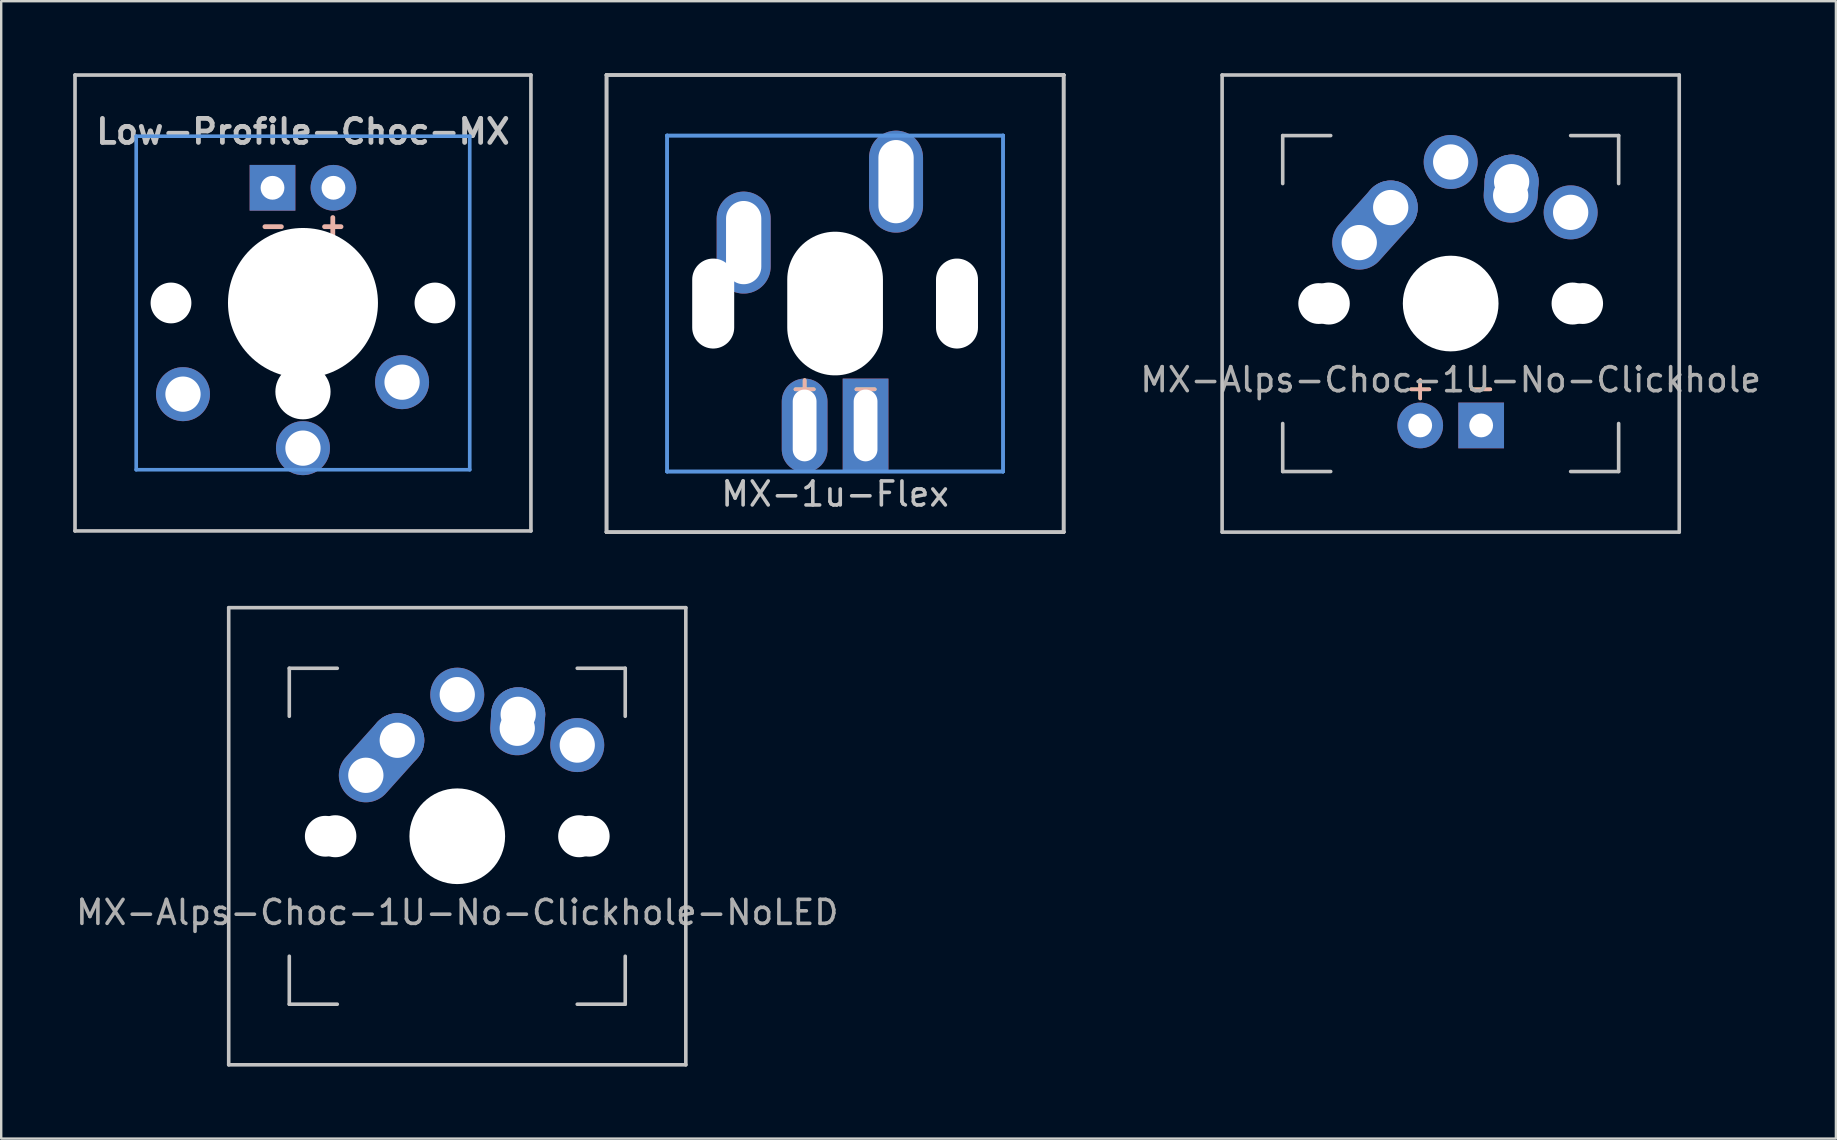
<source format=kicad_pcb>
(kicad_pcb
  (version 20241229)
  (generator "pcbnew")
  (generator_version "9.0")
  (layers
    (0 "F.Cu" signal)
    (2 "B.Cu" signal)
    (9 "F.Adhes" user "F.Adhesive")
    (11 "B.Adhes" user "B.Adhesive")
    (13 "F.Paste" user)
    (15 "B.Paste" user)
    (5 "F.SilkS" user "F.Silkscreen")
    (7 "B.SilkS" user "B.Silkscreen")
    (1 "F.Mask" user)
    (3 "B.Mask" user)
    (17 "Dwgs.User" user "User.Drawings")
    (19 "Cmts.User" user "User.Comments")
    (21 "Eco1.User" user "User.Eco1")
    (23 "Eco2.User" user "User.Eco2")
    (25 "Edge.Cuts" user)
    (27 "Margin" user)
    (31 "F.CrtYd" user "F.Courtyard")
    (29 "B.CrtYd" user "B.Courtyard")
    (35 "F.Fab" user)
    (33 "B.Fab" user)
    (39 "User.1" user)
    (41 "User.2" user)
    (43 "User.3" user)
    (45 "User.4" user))
  (footprint "MX-1u-Flex"
    (layer "F.Cu")
    (at 31.752 9.6)
    (property "Reference" "MX-1u-Flex" (at 0 7.938 0) (layer "Dwgs.User") (effects (font (size 1 1) (thickness 0.15))))
    (attr through_hole)
    (fp_line (start -9.525 -9.525) (end -9.525 -9.525) (stroke (width 0.15) (type solid)) (layer "Dwgs.User"))
    (fp_line (start -9.525 -9.525) (end -9.525 -9.525) (stroke (width 0.15) (type solid)) (layer "Dwgs.User"))
    (fp_line (start -9.525 -9.525) (end -9.525 9.525) (stroke (width 0.15) (type solid)) (layer "Dwgs.User"))
    (fp_line (start -9.525 -9.525) (end 9.525 -9.525) (stroke (width 0.15) (type solid)) (layer "Dwgs.User"))
    (fp_line (start -9.525 9.525) (end -9.525 -9.525) (stroke (width 0.15) (type solid)) (layer "Dwgs.User"))
    (fp_line (start -9.525 9.525) (end -9.525 9.525) (stroke (width 0.15) (type solid)) (layer "Dwgs.User"))
    (fp_line (start -9.525 9.525) (end -9.525 9.525) (stroke (width 0.15) (type solid)) (layer "Dwgs.User"))
    (fp_line (start -9.525 9.525) (end 9.525 9.525) (stroke (width 0.15) (type solid)) (layer "Dwgs.User"))
    (fp_line (start 9.525 -9.525) (end -9.525 -9.525) (stroke (width 0.15) (type solid)) (layer "Dwgs.User"))
    (fp_line (start 9.525 -9.525) (end 9.525 -9.525) (stroke (width 0.15) (type solid)) (layer "Dwgs.User"))
    (fp_line (start 9.525 -9.525) (end 9.525 -9.525) (stroke (width 0.15) (type solid)) (layer "Dwgs.User"))
    (fp_line (start 9.525 -9.525) (end 9.525 9.525) (stroke (width 0.15) (type solid)) (layer "Dwgs.User"))
    (fp_line (start 9.525 9.525) (end -9.525 9.525) (stroke (width 0.15) (type solid)) (layer "Dwgs.User"))
    (fp_line (start 9.525 9.525) (end 9.525 -9.525) (stroke (width 0.15) (type solid)) (layer "Dwgs.User"))
    (fp_line (start 9.525 9.525) (end 9.525 9.525) (stroke (width 0.15) (type solid)) (layer "Dwgs.User"))
    (fp_line (start 9.525 9.525) (end 9.525 9.525) (stroke (width 0.15) (type solid)) (layer "Dwgs.User"))
    (fp_line (start -7 -7) (end -7 -7) (stroke (width 0.15) (type solid)) (layer "Cmts.User"))
    (fp_line (start -7 -7) (end -7 -7) (stroke (width 0.15) (type solid)) (layer "Cmts.User"))
    (fp_line (start -7 -7) (end -7 7) (stroke (width 0.15) (type solid)) (layer "Cmts.User"))
    (fp_line (start -7 -7) (end 7 -7) (stroke (width 0.15) (type solid)) (layer "Cmts.User"))
    (fp_line (start -7 7) (end -7 -7) (stroke (width 0.15) (type solid)) (layer "Cmts.User"))
    (fp_line (start -7 7) (end -7 7) (stroke (width 0.15) (type solid)) (layer "Cmts.User"))
    (fp_line (start -7 7) (end -7 7) (stroke (width 0.15) (type solid)) (layer "Cmts.User"))
    (fp_line (start -7 7) (end 7 7) (stroke (width 0.15) (type solid)) (layer "Cmts.User"))
    (fp_line (start 7 -7) (end -7 -7) (stroke (width 0.15) (type solid)) (layer "Cmts.User"))
    (fp_line (start 7 -7) (end 7 -7) (stroke (width 0.15) (type solid)) (layer "Cmts.User"))
    (fp_line (start 7 -7) (end 7 -7) (stroke (width 0.15) (type solid)) (layer "Cmts.User"))
    (fp_line (start 7 -7) (end 7 7) (stroke (width 0.15) (type solid)) (layer "Cmts.User"))
    (fp_line (start 7 7) (end -7 7) (stroke (width 0.15) (type solid)) (layer "Cmts.User"))
    (fp_line (start 7 7) (end 7 -7) (stroke (width 0.15) (type solid)) (layer "Cmts.User"))
    (fp_line (start 7 7) (end 7 7) (stroke (width 0.15) (type solid)) (layer "Cmts.User"))
    (fp_line (start 7 7) (end 7 7) (stroke (width 0.15) (type solid)) (layer "Cmts.User"))
    (fp_text user "+" (at -1.27 3.5 0) (layer "F.SilkS") (effects (font (size 1 1) (thickness 0.15))))
    (fp_text user "-" (at 1.27 3.5 0) (layer "F.SilkS") (effects (font (size 1 1) (thickness 0.15))))
    (fp_text user "-" (at 1.27 3.5 0) (layer "B.SilkS") (effects (font (size 1 1) (thickness 0.15))))
    (fp_text user "+" (at -1.27 3.5 0) (layer "B.SilkS") (effects (font (size 1 1) (thickness 0.15))))
    (pad "" np_thru_hole oval (at -5.08 0) (size 1.75 3.75) (drill oval 1.75 3.75) (layers "*.Cu" "*.Mask"))
    (pad "" np_thru_hole oval (at 0 0) (size 3.988 5.988) (drill oval 3.988 5.988) (layers "*.Cu" "*.Mask"))
    (pad "" np_thru_hole oval (at 5.08 0) (size 1.75 3.75) (drill oval 1.75 3.75) (layers "*.Cu" "*.Mask"))
    (pad "1" thru_hole oval (at -3.81 -2.54) (size 2.25 4.25) (drill oval 1.47 3.47) (layers "*.Cu" "*.Mask"))
    (pad "2" thru_hole oval (at 2.54 -5.08) (size 2.25 4.25) (drill oval 1.47 3.47) (layers "*.Cu" "*.Mask"))
    (pad "3" thru_hole oval (at -1.27 5.08) (size 1.905 3.905) (drill oval 0.991 2.991) (layers "*.Cu" "*.Mask"))
    (pad "4" thru_hole rect (at 1.27 5.08) (size 1.905 3.905) (drill oval 0.991 2.991) (layers "*.Cu" "*.Mask")))
  (footprint "Low-Profile-Choc-MX"
    (layer "F.Cu")
    (at 9.576 9.576)
    (property "Reference" "Low-Profile-Choc-MX" (at 0 -7.144 180) (layer "Dwgs.User") (effects (font (size 1 1) (thickness 0.2))))
    (attr through_hole)
    (fp_line (start -9.5 -9.5) (end 9.5 -9.5) (stroke (width 0.152) (type solid)) (layer "Dwgs.User"))
    (fp_line (start -9.5 9.5) (end -9.5 -9.5) (stroke (width 0.152) (type solid)) (layer "Dwgs.User"))
    (fp_line (start 9.5 -9.5) (end 9.5 9.5) (stroke (width 0.152) (type solid)) (layer "Dwgs.User"))
    (fp_line (start 9.5 9.5) (end -9.5 9.5) (stroke (width 0.152) (type solid)) (layer "Dwgs.User"))
    (fp_line (start -6.95 -6.95) (end 6.95 -6.95) (stroke (width 0.152) (type solid)) (layer "Cmts.User"))
    (fp_line (start -6.95 6.95) (end -6.95 -6.95) (stroke (width 0.152) (type solid)) (layer "Cmts.User"))
    (fp_line (start 6.95 -6.95) (end 6.95 6.95) (stroke (width 0.152) (type solid)) (layer "Cmts.User"))
    (fp_line (start 6.95 6.95) (end -6.95 6.95) (stroke (width 0.152) (type solid)) (layer "Cmts.User"))
    (fp_line (start -7.5 -7.5) (end 7.5 -7.5) (stroke (width 0.152) (type solid)) (layer "Eco2.User"))
    (fp_line (start -7.5 7.5) (end -7.5 -7.5) (stroke (width 0.152) (type solid)) (layer "Eco2.User"))
    (fp_line (start 7.5 -7.5) (end 7.5 7.5) (stroke (width 0.152) (type solid)) (layer "Eco2.User"))
    (fp_line (start 7.5 7.5) (end -7.5 7.5) (stroke (width 0.152) (type solid)) (layer "Eco2.User"))
    (fp_text user "-  +" (at 0 -3.25 0) (layer "B.SilkS") (effects (font (size 1 0.9) (thickness 0.2))))
    (pad "" np_thru_hole circle (at -5.5 0 41.9) (size 1.7 1.7) (drill 1.7) (layers "*.Cu" "*.Mask"))
    (pad "" np_thru_hole circle (at 0 0 180) (size 6.25 6.25) (drill 6.25) (layers "*.Cu" "*.Mask"))
    (pad "" np_thru_hole circle (at 0 3.7 180) (size 2.3 2.3) (drill 2.3) (layers "*.Cu" "*.Mask"))
    (pad "" np_thru_hole circle (at 5.5 0 41.9) (size 1.7 1.7) (drill 1.7) (layers "*.Cu" "*.Mask"))
    (pad "1" thru_hole circle (at 0 6.05 180) (size 2.25 2.25) (drill 1.47) (layers "*.Cu" "*.Mask"))
    (pad "2" thru_hole circle (at -5 3.8 41.9) (size 2.25 2.25) (drill 1.47) (layers "*.Cu" "*.Mask"))
    (pad "2" thru_hole circle (at 4.13 3.3 41.9) (size 2.25 2.25) (drill 1.47) (layers "*.Cu" "*.Mask"))
    (pad "3" thru_hole circle (at 1.27 -4.8) (size 1.905 1.905) (drill 0.991) (layers "*.Cu" "*.Mask"))
    (pad "4" thru_hole rect (at -1.27 -4.8) (size 1.905 1.905) (drill 0.991) (layers "*.Cu" "*.Mask")))
  (footprint "MX-Alps-Choc-1U-No-Clickhole"
    (layer "F.Cu")
    (at 57.406 9.6)
    (property "Reference" "MX-Alps-Choc-1U-No-Clickhole" (at 0 3.175 0) (layer "F.Fab") (effects (font (size 1 1) (thickness 0.15))))
    (attr through_hole)
    (fp_line (start -9.525 -9.525) (end 9.525 -9.525) (stroke (width 0.15) (type solid)) (layer "Dwgs.User"))
    (fp_line (start -9.525 9.525) (end -9.525 -9.525) (stroke (width 0.15) (type solid)) (layer "Dwgs.User"))
    (fp_line (start -7 -7) (end -7 -5) (stroke (width 0.15) (type solid)) (layer "Dwgs.User"))
    (fp_line (start -7 5) (end -7 7) (stroke (width 0.15) (type solid)) (layer "Dwgs.User"))
    (fp_line (start -7 7) (end -5 7) (stroke (width 0.15) (type solid)) (layer "Dwgs.User"))
    (fp_line (start -5 -7) (end -7 -7) (stroke (width 0.15) (type solid)) (layer "Dwgs.User"))
    (fp_line (start 5 -7) (end 7 -7) (stroke (width 0.15) (type solid)) (layer "Dwgs.User"))
    (fp_line (start 5 7) (end 7 7) (stroke (width 0.15) (type solid)) (layer "Dwgs.User"))
    (fp_line (start 7 -7) (end 7 -5) (stroke (width 0.15) (type solid)) (layer "Dwgs.User"))
    (fp_line (start 7 7) (end 7 5) (stroke (width 0.15) (type solid)) (layer "Dwgs.User"))
    (fp_line (start 9.525 -9.525) (end 9.525 9.525) (stroke (width 0.15) (type solid)) (layer "Dwgs.User"))
    (fp_line (start 9.525 9.525) (end -9.525 9.525) (stroke (width 0.15) (type solid)) (layer "Dwgs.User"))
    (fp_text user "+" (at -1.27 3.5 0) (layer "F.SilkS") (effects (font (size 1 1) (thickness 0.15))))
    (fp_text user "-" (at 1.27 3.5 0) (layer "F.SilkS") (effects (font (size 1 1) (thickness 0.15))))
    (fp_text user "+" (at -1.27 3.5 0) (layer "B.SilkS") (effects (font (size 1 1) (thickness 0.15))))
    (fp_text user "-" (at 1.27 3.5 0) (layer "B.SilkS") (effects (font (size 1 1) (thickness 0.15))))
    (pad "" np_thru_hole circle (at -5.5 0 48.1) (size 1.7 1.7) (drill 1.7) (layers "*.Cu" "*.Mask"))
    (pad "" np_thru_hole circle (at -5.08 0 48.1) (size 1.75 1.75) (drill 1.75) (layers "*.Cu" "*.Mask"))
    (pad "" np_thru_hole circle (at 0 0) (size 3.988 3.988) (drill 3.988) (layers "*.Cu" "*.Mask"))
    (pad "" np_thru_hole circle (at 5.08 0 48.1) (size 1.75 1.75) (drill 1.75) (layers "*.Cu" "*.Mask"))
    (pad "" np_thru_hole circle (at 5.5 0 48.1) (size 1.7 1.7) (drill 1.7) (layers "*.Cu" "*.Mask"))
    (pad "1" thru_hole oval (at -3.81 -2.54 48.1) (size 4.212 2.25) (drill 1.47 (offset 0.981 0)) (layers "*.Cu" "*.Mask"))
    (pad "1" thru_hole circle (at -2.5 -4) (size 2.25 2.25) (drill 1.47) (layers "*.Cu" "*.Mask"))
    (pad "1" thru_hole circle (at 0 -5.9) (size 2.25 2.25) (drill 1.47) (layers "*.Cu" "*.Mask"))
    (pad "2" thru_hole oval (at 2.5 -4.5 86.1) (size 2.831 2.25) (drill 1.47 (offset 0.291 0)) (layers "*.Cu" "*.Mask"))
    (pad "2" thru_hole circle (at 2.54 -5.08) (size 2.25 2.25) (drill 1.47) (layers "*.Cu" "*.Mask"))
    (pad "2" thru_hole circle (at 5 -3.8) (size 2.25 2.25) (drill 1.47) (layers "*.Cu" "*.Mask"))
    (pad "3" thru_hole circle (at -1.27 5.08) (size 1.905 1.905) (drill 0.991) (layers "*.Cu" "*.Mask"))
    (pad "4" thru_hole rect (at 1.27 5.08) (size 1.905 1.905) (drill 0.991) (layers "*.Cu" "*.Mask")))
  (footprint "MX-Alps-Choc-1U-No-Clickhole-NoLED"
    (layer "F.Cu")
    (at 16.006 31.8)
    (property "Reference" "MX-Alps-Choc-1U-No-Clickhole-NoLED" (at 0 3.175 0) (layer "F.Fab") (effects (font (size 1 1) (thickness 0.15))))
    (attr through_hole)
    (fp_line (start -9.525 -9.525) (end 9.525 -9.525) (stroke (width 0.15) (type solid)) (layer "Dwgs.User"))
    (fp_line (start -9.525 9.525) (end -9.525 -9.525) (stroke (width 0.15) (type solid)) (layer "Dwgs.User"))
    (fp_line (start -7 -7) (end -7 -5) (stroke (width 0.15) (type solid)) (layer "Dwgs.User"))
    (fp_line (start -7 5) (end -7 7) (stroke (width 0.15) (type solid)) (layer "Dwgs.User"))
    (fp_line (start -7 7) (end -5 7) (stroke (width 0.15) (type solid)) (layer "Dwgs.User"))
    (fp_line (start -5 -7) (end -7 -7) (stroke (width 0.15) (type solid)) (layer "Dwgs.User"))
    (fp_line (start 5 -7) (end 7 -7) (stroke (width 0.15) (type solid)) (layer "Dwgs.User"))
    (fp_line (start 5 7) (end 7 7) (stroke (width 0.15) (type solid)) (layer "Dwgs.User"))
    (fp_line (start 7 -7) (end 7 -5) (stroke (width 0.15) (type solid)) (layer "Dwgs.User"))
    (fp_line (start 7 7) (end 7 5) (stroke (width 0.15) (type solid)) (layer "Dwgs.User"))
    (fp_line (start 9.525 -9.525) (end 9.525 9.525) (stroke (width 0.15) (type solid)) (layer "Dwgs.User"))
    (fp_line (start 9.525 9.525) (end -9.525 9.525) (stroke (width 0.15) (type solid)) (layer "Dwgs.User"))
    (pad "" np_thru_hole circle (at -5.5 0 48.1) (size 1.7 1.7) (drill 1.7) (layers "*.Cu" "*.Mask"))
    (pad "" np_thru_hole circle (at -5.08 0 48.1) (size 1.75 1.75) (drill 1.75) (layers "*.Cu" "*.Mask"))
    (pad "" np_thru_hole circle (at 0 0) (size 3.988 3.988) (drill 3.988) (layers "*.Cu" "*.Mask"))
    (pad "" np_thru_hole circle (at 5.08 0 48.1) (size 1.75 1.75) (drill 1.75) (layers "*.Cu" "*.Mask"))
    (pad "" np_thru_hole circle (at 5.5 0 48.1) (size 1.7 1.7) (drill 1.7) (layers "*.Cu" "*.Mask"))
    (pad "1" thru_hole oval (at -3.81 -2.54 48.1) (size 4.212 2.25) (drill 1.47 (offset 0.981 0)) (layers "*.Cu" "*.Mask"))
    (pad "1" thru_hole circle (at -2.5 -4) (size 2.25 2.25) (drill 1.47) (layers "*.Cu" "*.Mask"))
    (pad "1" thru_hole circle (at 0 -5.9) (size 2.25 2.25) (drill 1.47) (layers "*.Cu" "*.Mask"))
    (pad "2" thru_hole oval (at 2.5 -4.5 86.1) (size 2.831 2.25) (drill 1.47 (offset 0.291 0)) (layers "*.Cu" "*.Mask"))
    (pad "2" thru_hole circle (at 2.54 -5.08) (size 2.25 2.25) (drill 1.47) (layers "*.Cu" "*.Mask"))
    (pad "2" thru_hole circle (at 5 -3.8) (size 2.25 2.25) (drill 1.47) (layers "*.Cu" "*.Mask")))
  (gr_rect
    (start -3 -3)
    (end 73.46 44.4)
    (stroke (width 0.1) (type default))
    (fill no)
    (layer "Edge.Cuts")))
</source>
